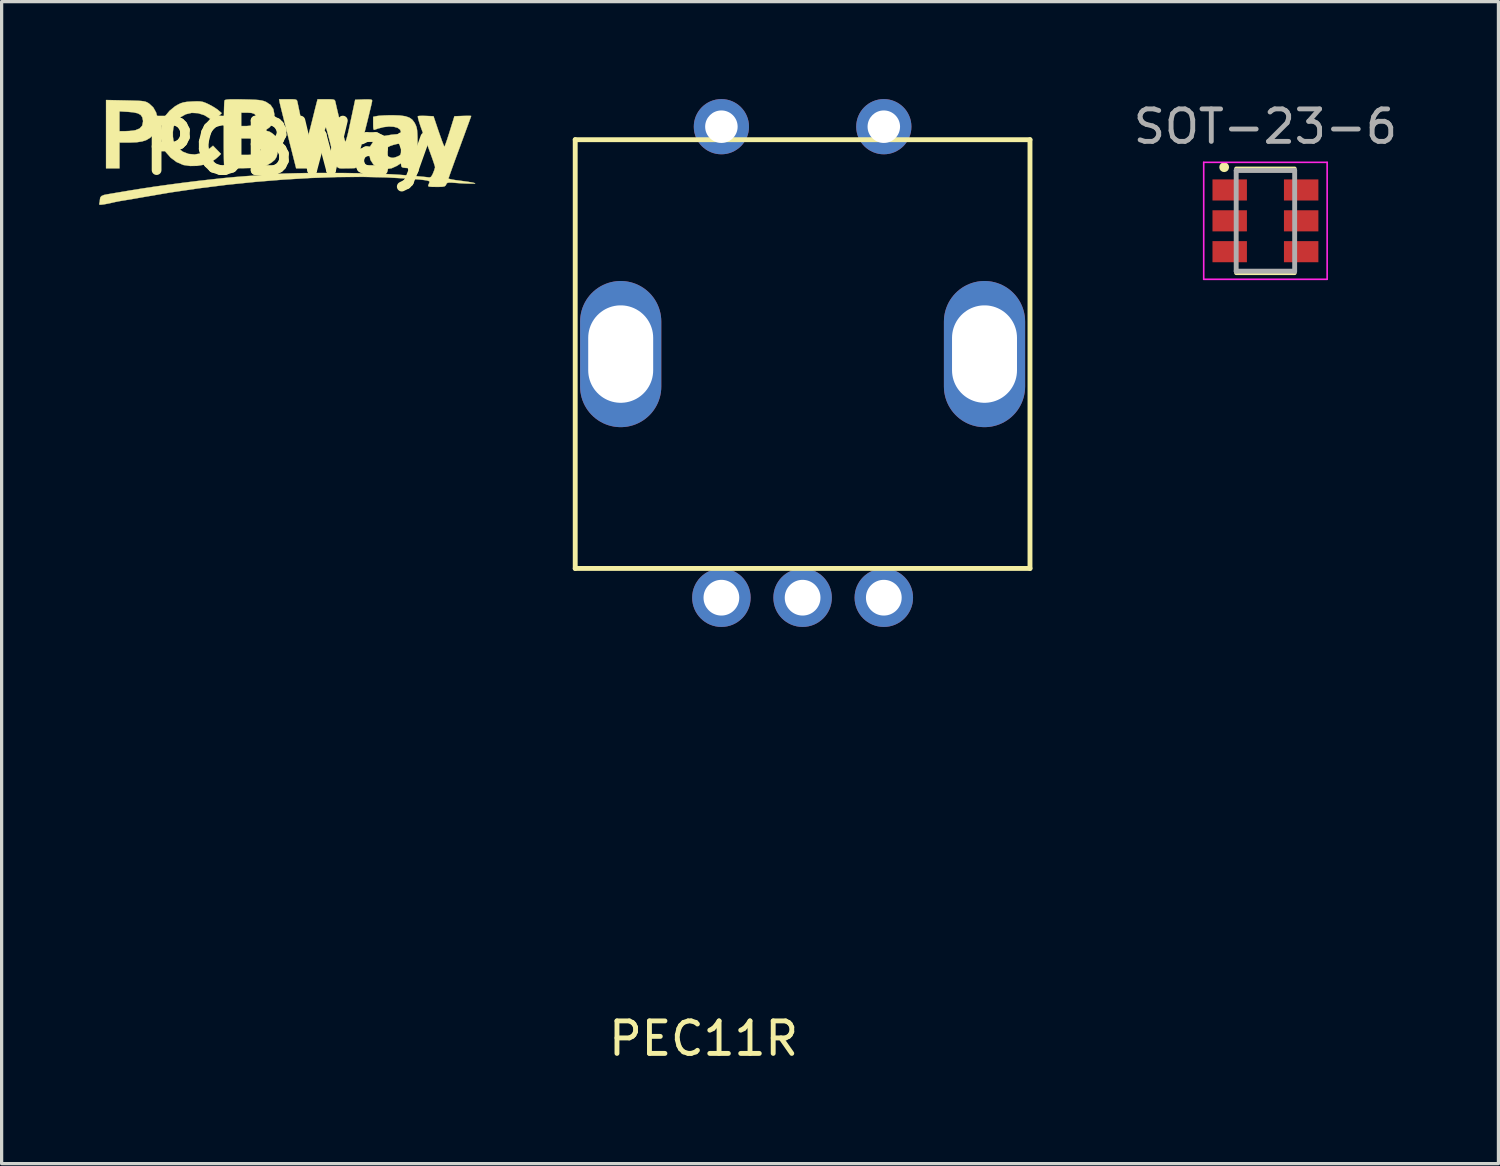
<source format=kicad_pcb>
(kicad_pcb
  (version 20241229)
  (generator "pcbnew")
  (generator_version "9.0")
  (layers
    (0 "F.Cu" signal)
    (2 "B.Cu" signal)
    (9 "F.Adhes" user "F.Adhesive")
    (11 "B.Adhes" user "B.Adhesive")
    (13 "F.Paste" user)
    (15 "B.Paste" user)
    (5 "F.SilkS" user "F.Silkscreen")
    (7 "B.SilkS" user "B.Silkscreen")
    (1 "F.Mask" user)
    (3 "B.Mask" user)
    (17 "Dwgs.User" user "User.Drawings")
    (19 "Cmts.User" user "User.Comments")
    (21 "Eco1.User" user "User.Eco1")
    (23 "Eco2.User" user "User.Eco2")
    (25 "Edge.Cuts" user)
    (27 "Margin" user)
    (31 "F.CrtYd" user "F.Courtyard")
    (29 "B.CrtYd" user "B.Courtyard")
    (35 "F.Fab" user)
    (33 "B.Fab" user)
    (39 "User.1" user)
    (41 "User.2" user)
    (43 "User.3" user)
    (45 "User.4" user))
  (footprint "PCBWay"
    (layer "F.Cu")
    (at 5.835 1.497)
    (property "Reference" "PCBWay" (at 0 0 0) (layer "F.SilkS") (effects (font (size 1.524 1.524) (thickness 0.3))))
    (attr through_hole)
    (fp_poly (pts (xy -5.02 -1.455) (xy -4.811 -1.45) (xy -4.654 -1.445) (xy -4.541 -1.439) (xy -4.46 -1.429) (xy -4.401 -1.415) (xy -4.355 -1.395) (xy -4.31 -1.369) (xy -4.294 -1.358) (xy -4.165 -1.238) (xy -4.079 -1.083) (xy -4.035 -0.908) (xy -4.035 -0.727) (xy -4.079 -0.553) (xy -4.167 -0.4) (xy -4.262 -0.307) (xy -4.375 -0.238) (xy -4.509 -0.193) (xy -4.676 -0.168) (xy -4.892 -0.159) (xy -4.913 -0.159) (xy -5.207 -0.159) (xy -5.207 0.635) (xy -5.62 0.635) (xy -5.62 -0.508) (xy -5.207 -0.508) (xy -5.024 -0.509) (xy -4.896 -0.515) (xy -4.77 -0.529) (xy -4.715 -0.539) (xy -4.585 -0.592) (xy -4.507 -0.68) (xy -4.482 -0.803) (xy -4.483 -0.836) (xy -4.504 -0.937) (xy -4.555 -1.01) (xy -4.644 -1.059) (xy -4.781 -1.089) (xy -4.933 -1.103) (xy -5.207 -1.12) (xy -5.207 -0.508) (xy -5.62 -0.508) (xy -5.62 -1.468) (xy -5.02 -1.455)) (stroke (width 0.01) (type solid)) (fill yes) (layer "F.SilkS"))
    (fp_poly (pts (xy -2.717 -1.424) (xy -2.635 -1.409) (xy -2.551 -1.378) (xy -2.47 -1.341) (xy -2.349 -1.277) (xy -2.236 -1.207) (xy -2.165 -1.154) (xy -2.06 -1.064) (xy -2.189 -0.938) (xy -2.317 -0.813) (xy -2.405 -0.883) (xy -2.592 -1.001) (xy -2.788 -1.063) (xy -2.983 -1.073) (xy -3.167 -1.03) (xy -3.331 -0.937) (xy -3.467 -0.796) (xy -3.517 -0.714) (xy -3.548 -0.615) (xy -3.563 -0.481) (xy -3.562 -0.34) (xy -3.545 -0.216) (xy -3.524 -0.156) (xy -3.408 0.007) (xy -3.257 0.124) (xy -3.082 0.191) (xy -2.893 0.209) (xy -2.7 0.174) (xy -2.513 0.085) (xy -2.422 0.018) (xy -2.328 -0.061) (xy -2.205 0.065) (xy -2.083 0.19) (xy -2.171 0.281) (xy -2.249 0.347) (xy -2.357 0.419) (xy -2.429 0.459) (xy -2.606 0.523) (xy -2.816 0.558) (xy -3.032 0.562) (xy -3.23 0.533) (xy -3.249 0.528) (xy -3.45 0.441) (xy -3.631 0.306) (xy -3.78 0.136) (xy -3.883 -0.056) (xy -3.904 -0.121) (xy -3.929 -0.272) (xy -3.935 -0.452) (xy -3.923 -0.633) (xy -3.892 -0.786) (xy -3.887 -0.802) (xy -3.8 -0.974) (xy -3.664 -1.137) (xy -3.495 -1.275) (xy -3.424 -1.317) (xy -3.329 -1.365) (xy -3.238 -1.394) (xy -3.13 -1.412) (xy -2.983 -1.422) (xy -2.962 -1.423) (xy -2.819 -1.428) (xy -2.717 -1.424)) (stroke (width 0.01) (type solid)) (fill yes) (layer "F.SilkS"))
    (fp_poly (pts (xy 3.425 -0.992) (xy 3.59 -0.969) (xy 3.713 -0.928) (xy 3.805 -0.864) (xy 3.875 -0.772) (xy 3.902 -0.721) (xy 3.925 -0.668) (xy 3.943 -0.612) (xy 3.955 -0.542) (xy 3.962 -0.449) (xy 3.967 -0.321) (xy 3.968 -0.149) (xy 3.969 0.027) (xy 3.969 0.638) (xy 3.723 0.628) (xy 3.598 0.622) (xy 3.524 0.613) (xy 3.485 0.595) (xy 3.47 0.566) (xy 3.467 0.549) (xy 3.457 0.478) (xy 3.335 0.558) (xy 3.172 0.632) (xy 2.99 0.658) (xy 2.813 0.634) (xy 2.74 0.607) (xy 2.607 0.512) (xy 2.52 0.376) (xy 2.482 0.208) (xy 2.483 0.111) (xy 2.489 0.086) (xy 2.991 0.086) (xy 2.998 0.18) (xy 3.05 0.257) (xy 3.08 0.277) (xy 3.159 0.309) (xy 3.23 0.312) (xy 3.32 0.284) (xy 3.351 0.271) (xy 3.414 0.242) (xy 3.446 0.207) (xy 3.459 0.147) (xy 3.461 0.049) (xy 3.456 -0.047) (xy 3.443 -0.111) (xy 3.431 -0.127) (xy 3.338 -0.116) (xy 3.227 -0.088) (xy 3.122 -0.052) (xy 3.048 -0.013) (xy 3.033 -0.001) (xy 2.991 0.086) (xy 2.489 0.086) (xy 2.522 -0.058) (xy 2.608 -0.191) (xy 2.743 -0.292) (xy 2.931 -0.361) (xy 3.173 -0.4) (xy 3.207 -0.403) (xy 3.336 -0.415) (xy 3.414 -0.429) (xy 3.451 -0.449) (xy 3.461 -0.476) (xy 3.433 -0.556) (xy 3.355 -0.613) (xy 3.237 -0.645) (xy 3.09 -0.653) (xy 2.923 -0.634) (xy 2.745 -0.588) (xy 2.659 -0.556) (xy 2.629 -0.55) (xy 2.612 -0.572) (xy 2.605 -0.633) (xy 2.603 -0.741) (xy 2.603 -0.95) (xy 2.723 -0.975) (xy 2.803 -0.985) (xy 2.928 -0.993) (xy 3.08 -0.998) (xy 3.207 -0.999) (xy 3.425 -0.992)) (stroke (width 0.01) (type solid)) (fill yes) (layer "F.SilkS"))
    (fp_poly (pts (xy -1.492 -1.489) (xy -1.393 -1.487) (xy -1.186 -1.482) (xy -1.032 -1.476) (xy -0.917 -1.467) (xy -0.832 -1.454) (xy -0.764 -1.436) (xy -0.702 -1.412) (xy -0.693 -1.408) (xy -0.554 -1.315) (xy -0.47 -1.189) (xy -0.439 -1.029) (xy -0.439 -1.004) (xy -0.459 -0.863) (xy -0.508 -0.734) (xy -0.578 -0.635) (xy -0.622 -0.602) (xy -0.685 -0.557) (xy -0.692 -0.523) (xy -0.643 -0.508) (xy -0.635 -0.508) (xy -0.575 -0.487) (xy -0.495 -0.435) (xy -0.452 -0.399) (xy -0.333 -0.291) (xy -0.333 -0.021) (xy -0.34 0.15) (xy -0.367 0.275) (xy -0.424 0.37) (xy -0.518 0.451) (xy -0.637 0.523) (xy -0.7 0.557) (xy -0.756 0.581) (xy -0.816 0.599) (xy -0.892 0.611) (xy -0.994 0.618) (xy -1.135 0.624) (xy -1.324 0.628) (xy -1.385 0.63) (xy -1.581 0.632) (xy -1.747 0.631) (xy -1.874 0.627) (xy -1.955 0.62) (xy -1.979 0.613) (xy -1.984 0.572) (xy -1.989 0.477) (xy -1.993 0.338) (xy -1.995 0.163) (xy -1.997 -0.037) (xy -1.997 -0.254) (xy -1.997 -0.286) (xy -1.46 -0.286) (xy -1.46 0.222) (xy -1.252 0.222) (xy -1.132 0.217) (xy -1.03 0.203) (xy -0.974 0.186) (xy -0.901 0.135) (xy -0.867 0.069) (xy -0.858 -0.032) (xy -0.872 -0.141) (xy -0.92 -0.216) (xy -1.009 -0.262) (xy -1.147 -0.283) (xy -1.252 -0.286) (xy -1.46 -0.286) (xy -1.997 -0.286) (xy -1.997 -0.478) (xy -1.996 -0.7) (xy -1.993 -0.909) (xy -1.99 -1.079) (xy -1.46 -1.079) (xy -1.46 -0.667) (xy -1.293 -0.667) (xy -1.167 -0.677) (xy -1.072 -0.706) (xy -1.055 -0.716) (xy -0.998 -0.788) (xy -0.984 -0.873) (xy -0.999 -0.974) (xy -1.049 -1.038) (xy -1.143 -1.071) (xy -1.272 -1.079) (xy -1.46 -1.079) (xy -1.99 -1.079) (xy -1.99 -1.098) (xy -1.986 -1.256) (xy -1.981 -1.374) (xy -1.975 -1.442) (xy -1.972 -1.455) (xy -1.949 -1.471) (xy -1.897 -1.482) (xy -1.809 -1.488) (xy -1.677 -1.49) (xy -1.492 -1.489)) (stroke (width 0.01) (type solid)) (fill yes) (layer "F.SilkS"))
    (fp_poly (pts (xy 0.112 -1.491) (xy 0.194 -1.486) (xy 0.239 -1.473) (xy 0.26 -1.449) (xy 0.268 -1.421) (xy 0.325 -1.152) (xy 0.376 -0.904) (xy 0.421 -0.682) (xy 0.458 -0.495) (xy 0.486 -0.35) (xy 0.503 -0.253) (xy 0.508 -0.213) (xy 0.52 -0.167) (xy 0.533 -0.159) (xy 0.548 -0.188) (xy 0.575 -0.269) (xy 0.611 -0.393) (xy 0.653 -0.55) (xy 0.697 -0.722) (xy 0.744 -0.91) (xy 0.787 -1.083) (xy 0.823 -1.23) (xy 0.851 -1.337) (xy 0.864 -1.389) (xy 0.892 -1.492) (xy 1.157 -1.492) (xy 1.287 -1.491) (xy 1.366 -1.485) (xy 1.41 -1.471) (xy 1.43 -1.446) (xy 1.437 -1.421) (xy 1.478 -1.239) (xy 1.524 -1.044) (xy 1.571 -0.848) (xy 1.617 -0.659) (xy 1.659 -0.489) (xy 1.696 -0.347) (xy 1.725 -0.243) (xy 1.742 -0.187) (xy 1.745 -0.181) (xy 1.759 -0.202) (xy 1.783 -0.275) (xy 1.814 -0.39) (xy 1.849 -0.538) (xy 1.871 -0.642) (xy 1.91 -0.825) (xy 1.948 -1.002) (xy 1.981 -1.156) (xy 2.005 -1.27) (xy 2.012 -1.302) (xy 2.049 -1.476) (xy 2.31 -1.486) (xy 2.441 -1.488) (xy 2.52 -1.484) (xy 2.56 -1.472) (xy 2.572 -1.448) (xy 2.572 -1.445) (xy 2.564 -1.403) (xy 2.543 -1.308) (xy 2.509 -1.166) (xy 2.466 -0.986) (xy 2.414 -0.775) (xy 2.355 -0.541) (xy 2.318 -0.393) (xy 2.257 -0.151) (xy 2.201 0.071) (xy 2.152 0.265) (xy 2.112 0.424) (xy 2.083 0.541) (xy 2.067 0.609) (xy 2.064 0.622) (xy 2.034 0.628) (xy 1.956 0.632) (xy 1.842 0.635) (xy 1.777 0.635) (xy 1.68 0.637) (xy 1.606 0.637) (xy 1.55 0.628) (xy 1.507 0.604) (xy 1.471 0.556) (xy 1.44 0.479) (xy 1.406 0.363) (xy 1.366 0.203) (xy 1.314 -0.009) (xy 1.299 -0.071) (xy 1.253 -0.25) (xy 1.213 -0.405) (xy 1.179 -0.528) (xy 1.155 -0.607) (xy 1.143 -0.635) (xy 1.131 -0.605) (xy 1.107 -0.524) (xy 1.073 -0.4) (xy 1.033 -0.242) (xy 0.988 -0.062) (xy 0.987 -0.056) (xy 0.941 0.131) (xy 0.898 0.298) (xy 0.862 0.436) (xy 0.834 0.534) (xy 0.819 0.579) (xy 0.796 0.607) (xy 0.751 0.624) (xy 0.67 0.632) (xy 0.542 0.635) (xy 0.512 0.635) (xy 0.232 0.635) (xy -0.015 -0.341) (xy -0.076 -0.584) (xy -0.133 -0.811) (xy -0.183 -1.013) (xy -0.225 -1.181) (xy -0.256 -1.309) (xy -0.274 -1.387) (xy -0.278 -1.405) (xy -0.293 -1.492) (xy -0.02 -1.492) (xy 0.112 -1.491)) (stroke (width 0.01) (type solid)) (fill yes) (layer "F.SilkS"))
    (fp_poly (pts (xy 5.617 -0.978) (xy 5.62 -0.976) (xy 5.609 -0.945) (xy 5.579 -0.861) (xy 5.532 -0.732) (xy 5.471 -0.566) (xy 5.399 -0.368) (xy 5.317 -0.147) (xy 5.271 -0.02) (xy 5.185 0.212) (xy 5.107 0.424) (xy 5.04 0.61) (xy 4.985 0.763) (xy 4.946 0.874) (xy 4.924 0.937) (xy 4.921 0.949) (xy 4.951 0.962) (xy 5.03 0.98) (xy 5.146 0.999) (xy 5.247 1.012) (xy 5.397 1.032) (xy 5.536 1.052) (xy 5.643 1.07) (xy 5.683 1.078) (xy 5.737 1.093) (xy 5.743 1.101) (xy 5.696 1.104) (xy 5.604 1.105) (xy 5.476 1.103) (xy 5.317 1.096) (xy 5.161 1.085) (xy 5.147 1.084) (xy 5.017 1.074) (xy 4.936 1.073) (xy 4.89 1.082) (xy 4.864 1.104) (xy 4.849 1.134) (xy 4.828 1.17) (xy 4.795 1.191) (xy 4.735 1.202) (xy 4.636 1.206) (xy 4.548 1.206) (xy 4.416 1.205) (xy 4.338 1.199) (xy 4.301 1.186) (xy 4.297 1.164) (xy 4.299 1.159) (xy 4.328 1.087) (xy 4.336 1.067) (xy 4.337 1.045) (xy 4.315 1.026) (xy 4.264 1.01) (xy 4.176 0.996) (xy 4.043 0.981) (xy 3.86 0.965) (xy 3.699 0.952) (xy 3.013 0.914) (xy 2.276 0.898) (xy 1.495 0.904) (xy 0.68 0.932) (xy -0.163 0.982) (xy -1.024 1.052) (xy -1.897 1.141) (xy -2.773 1.251) (xy -3.645 1.379) (xy -4.493 1.524) (xy -4.663 1.554) (xy -4.839 1.585) (xy -4.992 1.61) (xy -5.064 1.622) (xy -5.198 1.644) (xy -5.327 1.669) (xy -5.412 1.688) (xy -5.524 1.714) (xy -5.653 1.738) (xy -5.691 1.745) (xy -5.783 1.756) (xy -5.825 1.752) (xy -5.83 1.729) (xy -5.828 1.723) (xy -5.813 1.654) (xy -5.81 1.609) (xy -5.799 1.536) (xy -5.761 1.488) (xy -5.683 1.455) (xy -5.571 1.433) (xy -5.471 1.416) (xy -5.324 1.391) (xy -5.15 1.362) (xy -4.965 1.331) (xy -4.905 1.32) (xy -4.536 1.261) (xy -4.134 1.2) (xy -3.709 1.141) (xy -3.274 1.083) (xy -2.84 1.029) (xy -2.419 0.981) (xy -2.023 0.938) (xy -1.663 0.904) (xy -1.351 0.879) (xy -1.286 0.874) (xy -1.16 0.866) (xy -0.991 0.853) (xy -0.797 0.838) (xy -0.599 0.823) (xy -0.54 0.818) (xy -0.326 0.804) (xy -0.059 0.794) (xy 0.252 0.786) (xy 0.596 0.78) (xy 0.965 0.778) (xy 1.347 0.778) (xy 1.733 0.78) (xy 2.113 0.786) (xy 2.477 0.793) (xy 2.815 0.803) (xy 3.118 0.816) (xy 3.375 0.831) (xy 3.429 0.835) (xy 3.643 0.851) (xy 3.842 0.868) (xy 4.016 0.883) (xy 4.153 0.896) (xy 4.242 0.905) (xy 4.263 0.908) (xy 4.336 0.916) (xy 4.381 0.9) (xy 4.416 0.849) (xy 4.445 0.789) (xy 4.482 0.695) (xy 4.505 0.618) (xy 4.508 0.597) (xy 4.497 0.553) (xy 4.467 0.459) (xy 4.42 0.322) (xy 4.359 0.153) (xy 4.288 -0.041) (xy 4.226 -0.208) (xy 4.131 -0.465) (xy 4.059 -0.666) (xy 4.011 -0.814) (xy 3.984 -0.913) (xy 3.978 -0.964) (xy 3.983 -0.972) (xy 4.033 -0.979) (xy 4.126 -0.981) (xy 4.242 -0.978) (xy 4.461 -0.968) (xy 4.619 -0.5) (xy 4.675 -0.34) (xy 4.724 -0.203) (xy 4.764 -0.1) (xy 4.789 -0.042) (xy 4.796 -0.032) (xy 4.811 -0.06) (xy 4.841 -0.14) (xy 4.882 -0.259) (xy 4.93 -0.408) (xy 4.959 -0.5) (xy 5.104 -0.968) (xy 5.362 -0.978) (xy 5.481 -0.981) (xy 5.571 -0.981) (xy 5.617 -0.978)) (stroke (width 0.01) (type solid)) (fill yes) (layer "F.SilkS")))
  (footprint "SOT-23-6"
    (layer "F.Cu")
    (at 35.906 3.748)
    (property "Reference" "SOT-23-6" (at 0 -2.9 0) (layer "F.Fab") (effects (font (size 1 1) (thickness 0.15))))
    (attr smd)
    (fp_line (start -0.9 1.61) (end 0.9 1.61) (stroke (width 0.12) (type solid)) (layer "F.SilkS"))
    (fp_line (start 0.9 -1.61) (end -0.9 -1.61) (stroke (width 0.12) (type solid)) (layer "F.SilkS"))
    (fp_circle (center -1.27 -1.651) (end -1.346 -1.651) (stroke (width 0.15) (type solid)) (fill no) (layer "F.SilkS"))
    (fp_line (start -1.9 -1.8) (end -1.9 1.8) (stroke (width 0.05) (type solid)) (layer "F.CrtYd"))
    (fp_line (start -1.9 1.8) (end 1.9 1.8) (stroke (width 0.05) (type solid)) (layer "F.CrtYd"))
    (fp_line (start 1.9 -1.8) (end -1.9 -1.8) (stroke (width 0.05) (type solid)) (layer "F.CrtYd"))
    (fp_line (start 1.9 1.8) (end 1.9 -1.8) (stroke (width 0.05) (type solid)) (layer "F.CrtYd"))
    (fp_line (start -0.9 -1.55) (end -0.9 1.55) (stroke (width 0.15) (type solid)) (layer "F.Fab"))
    (fp_line (start 0.9 -1.55) (end -0.9 -1.55) (stroke (width 0.15) (type solid)) (layer "F.Fab"))
    (fp_line (start 0.9 -1.55) (end 0.9 1.55) (stroke (width 0.15) (type solid)) (layer "F.Fab"))
    (fp_line (start 0.9 1.55) (end -0.9 1.55) (stroke (width 0.15) (type solid)) (layer "F.Fab"))
    (pad "1" smd rect (at -1.1 -0.95) (size 1.06 0.65) (layers "F.Cu" "F.Mask" "F.Paste"))
    (pad "2" smd rect (at -1.1 0) (size 1.06 0.65) (layers "F.Cu" "F.Mask" "F.Paste"))
    (pad "3" smd rect (at -1.1 0.95) (size 1.06 0.65) (layers "F.Cu" "F.Mask" "F.Paste"))
    (pad "4" smd rect (at 1.1 0.95) (size 1.06 0.65) (layers "F.Cu" "F.Mask" "F.Paste"))
    (pad "5" smd rect (at 1.1 0) (size 1.06 0.65) (layers "F.Cu" "F.Mask" "F.Paste"))
    (pad "6" smd rect (at 1.1 -0.95) (size 1.06 0.65) (layers "F.Cu" "F.Mask" "F.Paste")))
  (footprint "PEC11R"
    (layer "F.Cu")
    (at 21.658 7.85)
    (property "Reference" "PEC11R" (at -3.048 21.074 0) (layer "F.SilkS") (effects (font (size 1 1) (thickness 0.15))))
    (attr through_hole)
    (fp_line (start -7 -6.6) (end 7 -6.6) (stroke (width 0.15) (type solid)) (layer "F.SilkS"))
    (fp_line (start -7 6.6) (end -7 -6.6) (stroke (width 0.15) (type solid)) (layer "F.SilkS"))
    (fp_line (start 7 -6.6) (end 7 6.6) (stroke (width 0.15) (type solid)) (layer "F.SilkS"))
    (fp_line (start 7 6.6) (end -7 6.6) (stroke (width 0.15) (type solid)) (layer "F.SilkS"))
    (pad "" np_thru_hole oval (at -5.6 0) (size 2.5 4.5) (drill oval 2 3) (layers "*.Cu" "*.Mask"))
    (pad "" np_thru_hole oval (at 5.6 0) (size 2.5 4.5) (drill oval 2 3) (layers "*.Cu" "*.Mask"))
    (pad "A" thru_hole circle (at -2.5 7.5) (size 1.8 1.8) (drill 1.1) (layers "*.Cu" "*.Mask"))
    (pad "B" thru_hole circle (at 2.5 7.5) (size 1.8 1.8) (drill 1.1) (layers "*.Cu" "*.Mask"))
    (pad "C" thru_hole circle (at 0 7.5) (size 1.8 1.8) (drill 1.1) (layers "*.Cu" "*.Mask"))
    (pad "S1" thru_hole circle (at -2.5 -7) (size 1.7 1.7) (drill 1) (layers "*.Cu" "*.Mask"))
    (pad "S2" thru_hole circle (at 2.5 -7) (size 1.7 1.7) (drill 1) (layers "*.Cu" "*.Mask")))
  (gr_rect
    (start -3 -3)
    (end 43.079 32.772)
    (stroke (width 0.1) (type default))
    (fill no)
    (layer "Edge.Cuts")))
</source>
